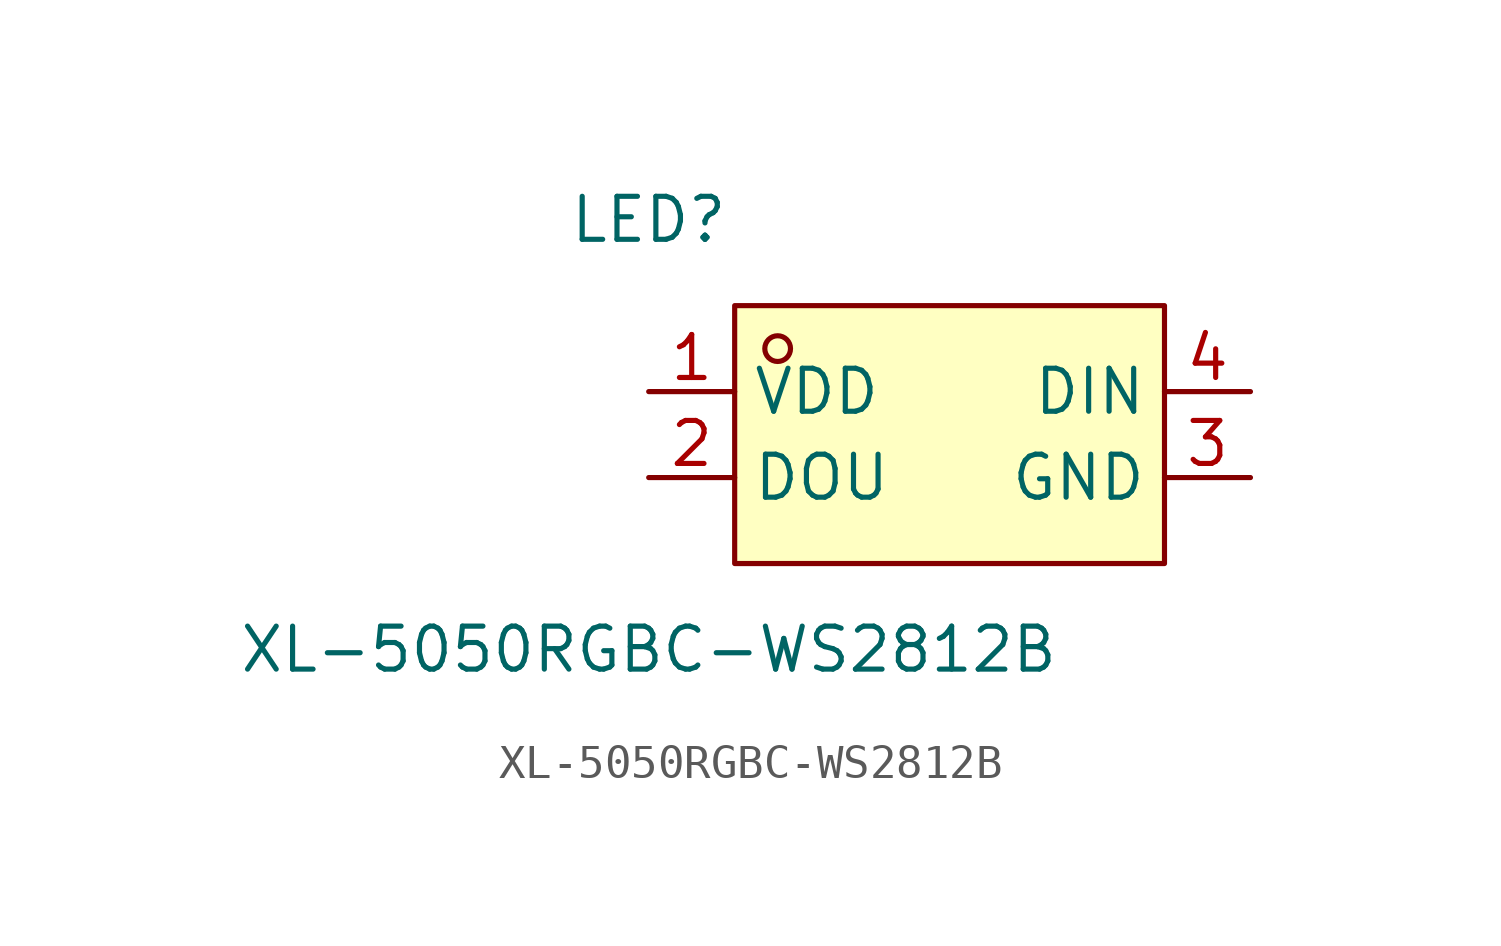
<source format=kicad_sym>
(kicad_symbol_lib
  (version 20211014)
  (generator https://github.com/uPesy/easyeda2kicad.py)
  (symbol "XL-5050RGBC-WS2812B"
    (property "Reference" "LED"
      (at 0 2.54 0)
      (effects (font (size 1.27 1.27))))
    (property "Value" "XL-5050RGBC-WS2812B"
      (at 0 -10.16 0)
      (effects (font (size 1.27 1.27))))
    (symbol "XL-5050RGBC-WS2812B_0_1"
      (rectangle (start 2.54 -0.00) (end 15.24 -7.62) (stroke (width 0) (type default) (color 0 0 0 0)) (fill (type background)))
      (circle (center 3.81 -1.27) (radius 0.38) (stroke (width 0) (type default) (color 0 0 0 0)) (fill (type none)))
      (pin unspecified line (at 0.00 -2.54 0) (length 2.54) (name "VDD" (effects (font (size 1.27 1.27)))) (number "1" (effects (font (size 1.27 1.27)))))
      (pin unspecified line (at 0.00 -5.08 0) (length 2.54) (name "DOU" (effects (font (size 1.27 1.27)))) (number "2" (effects (font (size 1.27 1.27)))))
      (pin unspecified line (at 17.78 -5.08 180) (length 2.54) (name "GND" (effects (font (size 1.27 1.27)))) (number "3" (effects (font (size 1.27 1.27)))))
      (pin unspecified line (at 17.78 -2.54 180) (length 2.54) (name "DIN" (effects (font (size 1.27 1.27)))) (number "4" (effects (font (size 1.27 1.27))))))))
</source>
